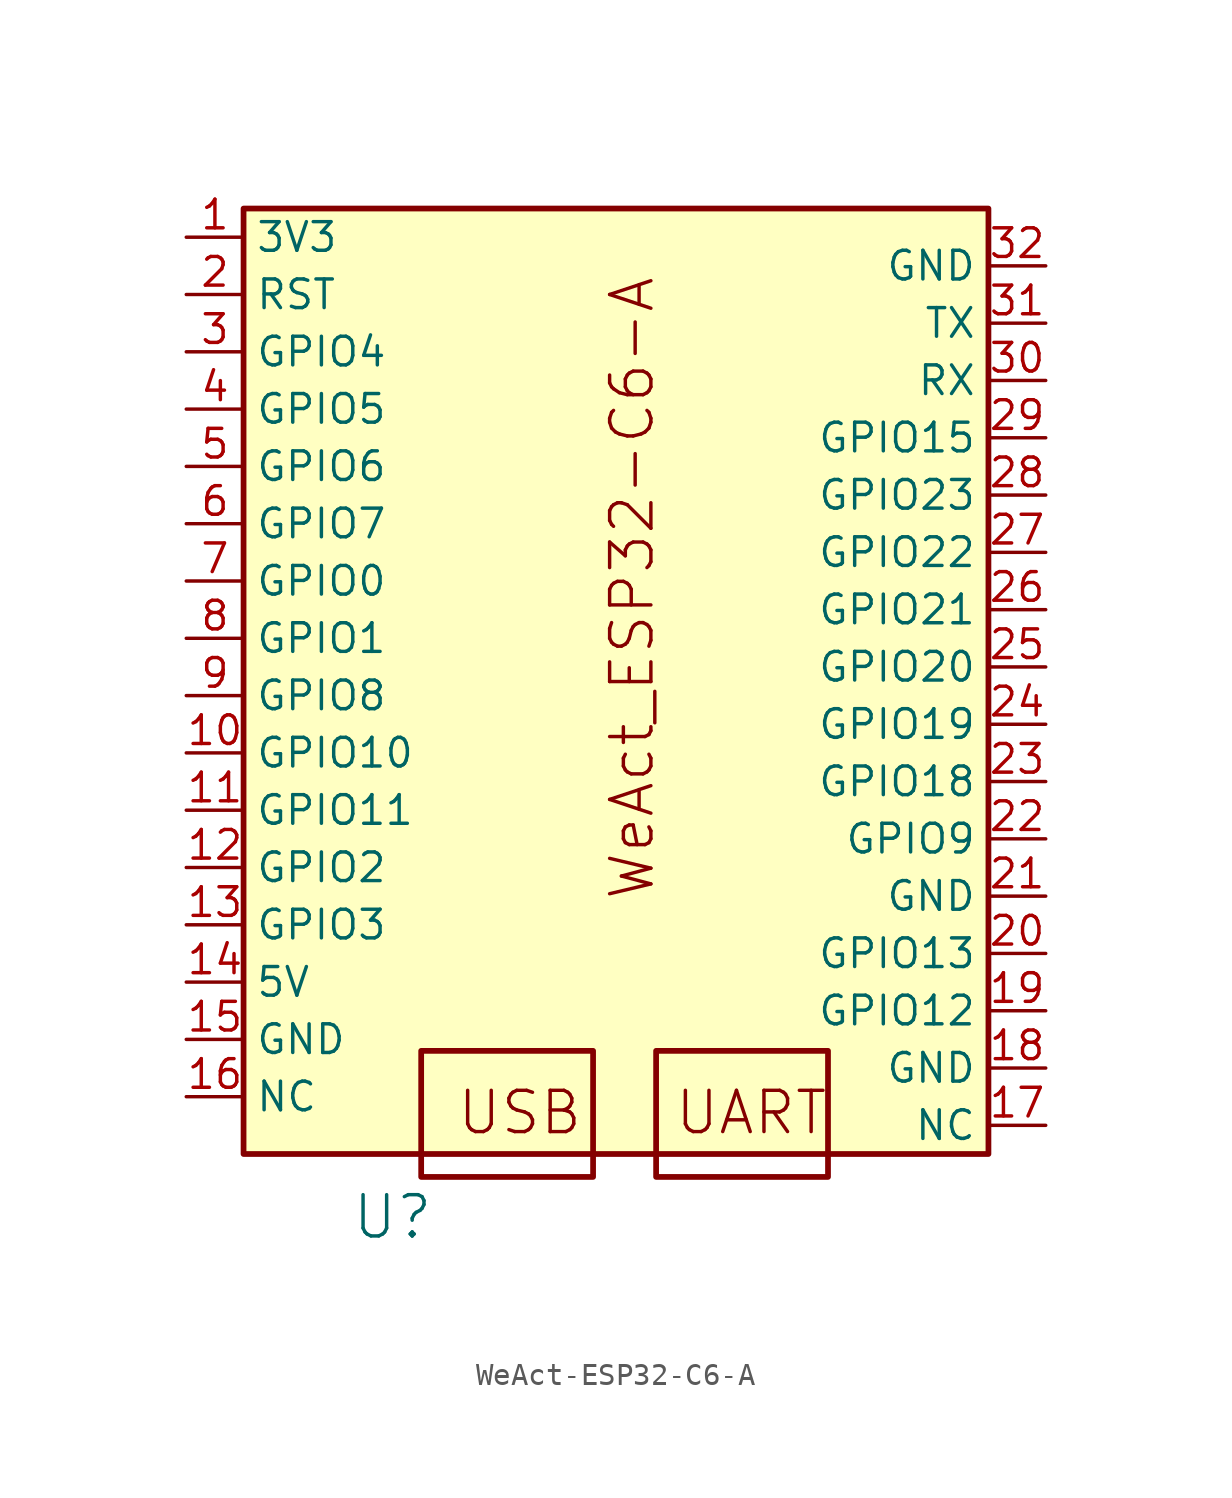
<source format=kicad_sym>
(kicad_symbol_lib
  (version 20231120)
  (generator "kicad_symbol_editor")
  (generator_version "8.0")
  (symbol "WeAct-ESP32-C6-A"
    (property "Reference" "U"
      (at -13.716 -25.654 0)
      (effects (font (size 1.829 1.829))))
    (symbol "WeAct-ESP32-C6-A_1_0"
      (rectangle (start -20.32 19.05) (end 12.7 -22.86) (stroke (width 0.254) (type default)) (fill (type background)))
      (rectangle (start -12.446 -18.288) (end -4.826 -23.876) (stroke (width 0.254) (type default)) (fill (type none)))
      (rectangle (start -2.032 -18.288) (end 5.588 -23.876) (stroke (width 0.254) (type default)) (fill (type none)))
      (text "UART" (at -1.27 -22.098 0) (effects (font (size 1.829 1.829)) (justify left bottom)))
      (text "USB" (at -10.922 -22.098 0) (effects (font (size 1.829 1.829)) (justify left bottom)))
      (text "WeAct_ESP32-C6-A" (at -2.032 -11.684 900) (effects (font (size 1.829 1.829)) (justify left bottom)))
      (pin passive line (at -22.86 17.78 0) (length 2.54) (name "3V3" (effects (font (size 1.27 1.27)))) (number "1" (effects (font (size 1.27 1.27)))))
      (pin passive line (at -22.86 -5.08 0) (length 2.54) (name "GPIO10" (effects (font (size 1.27 1.27)))) (number "10" (effects (font (size 1.27 1.27)))))
      (pin passive line (at -22.86 -7.62 0) (length 2.54) (name "GPIO11" (effects (font (size 1.27 1.27)))) (number "11" (effects (font (size 1.27 1.27)))))
      (pin passive line (at -22.86 -10.16 0) (length 2.54) (name "GPIO2" (effects (font (size 1.27 1.27)))) (number "12" (effects (font (size 1.27 1.27)))))
      (pin passive line (at -22.86 -12.7 0) (length 2.54) (name "GPIO3" (effects (font (size 1.27 1.27)))) (number "13" (effects (font (size 1.27 1.27)))))
      (pin passive line (at -22.86 -15.24 0) (length 2.54) (name "5V" (effects (font (size 1.27 1.27)))) (number "14" (effects (font (size 1.27 1.27)))))
      (pin passive line (at -22.86 -17.78 0) (length 2.54) (name "GND" (effects (font (size 1.27 1.27)))) (number "15" (effects (font (size 1.27 1.27)))))
      (pin passive line (at -22.86 -20.32 0) (length 2.54) (name "NC" (effects (font (size 1.27 1.27)))) (number "16" (effects (font (size 1.27 1.27)))))
      (pin passive line (at 15.24 -21.59 180) (length 2.54) (name "NC" (effects (font (size 1.27 1.27)))) (number "17" (effects (font (size 1.27 1.27)))))
      (pin passive line (at 15.24 -19.05 180) (length 2.54) (name "GND" (effects (font (size 1.27 1.27)))) (number "18" (effects (font (size 1.27 1.27)))))
      (pin passive line (at 15.24 -16.51 180) (length 2.54) (name "GPIO12" (effects (font (size 1.27 1.27)))) (number "19" (effects (font (size 1.27 1.27)))))
      (pin passive line (at -22.86 15.24 0) (length 2.54) (name "RST" (effects (font (size 1.27 1.27)))) (number "2" (effects (font (size 1.27 1.27)))))
      (pin passive line (at 15.24 -13.97 180) (length 2.54) (name "GPIO13" (effects (font (size 1.27 1.27)))) (number "20" (effects (font (size 1.27 1.27)))))
      (pin passive line (at 15.24 -11.43 180) (length 2.54) (name "GND" (effects (font (size 1.27 1.27)))) (number "21" (effects (font (size 1.27 1.27)))))
      (pin passive line (at 15.24 -8.89 180) (length 2.54) (name "GPIO9" (effects (font (size 1.27 1.27)))) (number "22" (effects (font (size 1.27 1.27)))))
      (pin passive line (at 15.24 -6.35 180) (length 2.54) (name "GPIO18" (effects (font (size 1.27 1.27)))) (number "23" (effects (font (size 1.27 1.27)))))
      (pin passive line (at 15.24 -3.81 180) (length 2.54) (name "GPIO19" (effects (font (size 1.27 1.27)))) (number "24" (effects (font (size 1.27 1.27)))))
      (pin passive line (at 15.24 -1.27 180) (length 2.54) (name "GPIO20" (effects (font (size 1.27 1.27)))) (number "25" (effects (font (size 1.27 1.27)))))
      (pin passive line (at 15.24 1.27 180) (length 2.54) (name "GPIO21" (effects (font (size 1.27 1.27)))) (number "26" (effects (font (size 1.27 1.27)))))
      (pin passive line (at 15.24 3.81 180) (length 2.54) (name "GPIO22" (effects (font (size 1.27 1.27)))) (number "27" (effects (font (size 1.27 1.27)))))
      (pin passive line (at 15.24 6.35 180) (length 2.54) (name "GPIO23" (effects (font (size 1.27 1.27)))) (number "28" (effects (font (size 1.27 1.27)))))
      (pin passive line (at 15.24 8.89 180) (length 2.54) (name "GPIO15" (effects (font (size 1.27 1.27)))) (number "29" (effects (font (size 1.27 1.27)))))
      (pin passive line (at -22.86 12.7 0) (length 2.54) (name "GPIO4" (effects (font (size 1.27 1.27)))) (number "3" (effects (font (size 1.27 1.27)))))
      (pin passive line (at 15.24 11.43 180) (length 2.54) (name "RX" (effects (font (size 1.27 1.27)))) (number "30" (effects (font (size 1.27 1.27)))))
      (pin passive line (at 15.24 13.97 180) (length 2.54) (name "TX" (effects (font (size 1.27 1.27)))) (number "31" (effects (font (size 1.27 1.27)))))
      (pin passive line (at 15.24 16.51 180) (length 2.54) (name "GND" (effects (font (size 1.27 1.27)))) (number "32" (effects (font (size 1.27 1.27)))))
      (pin passive line (at -22.86 10.16 0) (length 2.54) (name "GPIO5" (effects (font (size 1.27 1.27)))) (number "4" (effects (font (size 1.27 1.27)))))
      (pin passive line (at -22.86 7.62 0) (length 2.54) (name "GPIO6" (effects (font (size 1.27 1.27)))) (number "5" (effects (font (size 1.27 1.27)))))
      (pin passive line (at -22.86 5.08 0) (length 2.54) (name "GPIO7" (effects (font (size 1.27 1.27)))) (number "6" (effects (font (size 1.27 1.27)))))
      (pin passive line (at -22.86 2.54 0) (length 2.54) (name "GPIO0" (effects (font (size 1.27 1.27)))) (number "7" (effects (font (size 1.27 1.27)))))
      (pin passive line (at -22.86 0 0) (length 2.54) (name "GPIO1" (effects (font (size 1.27 1.27)))) (number "8" (effects (font (size 1.27 1.27)))))
      (pin passive line (at -22.86 -2.54 0) (length 2.54) (name "GPIO8" (effects (font (size 1.27 1.27)))) (number "9" (effects (font (size 1.27 1.27))))))))
</source>
